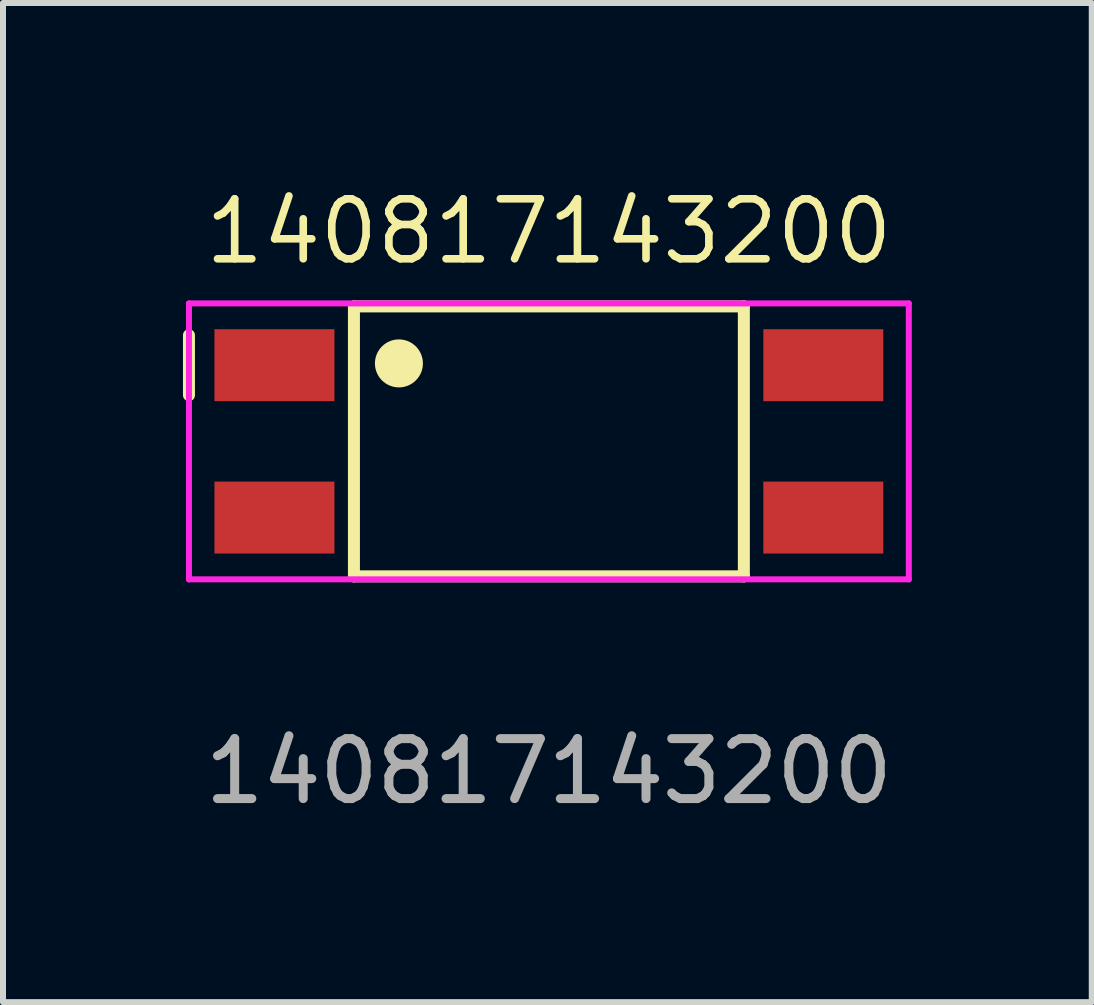
<source format=kicad_pcb>
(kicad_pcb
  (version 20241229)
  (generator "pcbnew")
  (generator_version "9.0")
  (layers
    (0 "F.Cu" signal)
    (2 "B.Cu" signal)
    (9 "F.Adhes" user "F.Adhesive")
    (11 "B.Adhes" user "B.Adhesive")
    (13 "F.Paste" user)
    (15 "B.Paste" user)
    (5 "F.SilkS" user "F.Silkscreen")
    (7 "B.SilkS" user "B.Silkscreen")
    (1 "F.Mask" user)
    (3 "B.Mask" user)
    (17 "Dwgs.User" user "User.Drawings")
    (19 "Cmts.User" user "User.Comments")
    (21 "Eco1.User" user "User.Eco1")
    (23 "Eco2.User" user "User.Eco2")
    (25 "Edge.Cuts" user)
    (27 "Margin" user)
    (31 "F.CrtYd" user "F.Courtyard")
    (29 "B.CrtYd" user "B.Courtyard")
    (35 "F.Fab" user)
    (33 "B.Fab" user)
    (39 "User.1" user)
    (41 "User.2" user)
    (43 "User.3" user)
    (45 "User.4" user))
  (footprint "140817143200"
    (layer "F.Cu")
    (at 6.1 4.308)
    (property "Reference" "140817143200" (at 0 -3.5 0) (unlocked yes) (layer "F.SilkS") (effects (font (size 1 1) (thickness 0.127))))
    (attr smd)
    (fp_line (start -6 -0.77) (end -6 -1.77) (stroke (width 0.2) (type solid)) (layer "F.SilkS"))
    (fp_line (start -3.25 -2.25) (end 3.25 -2.25) (stroke (width 0.2) (type solid)) (layer "F.SilkS"))
    (fp_line (start -3.25 2.25) (end -3.25 -2.25) (stroke (width 0.2) (type solid)) (layer "F.SilkS"))
    (fp_line (start 3.25 -2.25) (end 3.25 2.25) (stroke (width 0.2) (type solid)) (layer "F.SilkS"))
    (fp_line (start 3.25 2.25) (end -3.25 2.25) (stroke (width 0.2) (type solid)) (layer "F.SilkS"))
    (fp_circle (center -2.5 -1.3) (end -2.2 -1.3) (stroke (width 0.2) (type solid)) (fill yes) (layer "F.SilkS"))
    (fp_line (start -6 -2.3) (end 6 -2.3) (stroke (width 0.1) (type solid)) (layer "F.CrtYd"))
    (fp_line (start -6 2.3) (end -6 -2.3) (stroke (width 0.1) (type solid)) (layer "F.CrtYd"))
    (fp_line (start 6 -2.3) (end 6 2.3) (stroke (width 0.1) (type solid)) (layer "F.CrtYd"))
    (fp_line (start 6 2.3) (end -6 2.3) (stroke (width 0.1) (type solid)) (layer "F.CrtYd"))
    (fp_text user "${REFERENCE}" (at 0 5.5 0) (unlocked yes) (layer "F.Fab") (effects (font (size 1 1) (thickness 0.15))))
    (pad "1" smd rect (at -4.575 -1.27) (size 2 1.2) (layers "F.Cu" "F.Mask" "F.Paste"))
    (pad "2" smd rect (at -4.575 1.27) (size 2 1.2) (layers "F.Cu" "F.Mask" "F.Paste"))
    (pad "3" smd rect (at 4.575 1.27) (size 2 1.2) (layers "F.Cu" "F.Mask" "F.Paste"))
    (pad "4" smd rect (at 4.575 -1.27) (size 2 1.2) (layers "F.Cu" "F.Mask" "F.Paste")))
  (gr_rect
    (start -3 -3)
    (end 15.15 13.656)
    (stroke (width 0.1) (type default))
    (fill no)
    (layer "Edge.Cuts")))
</source>
